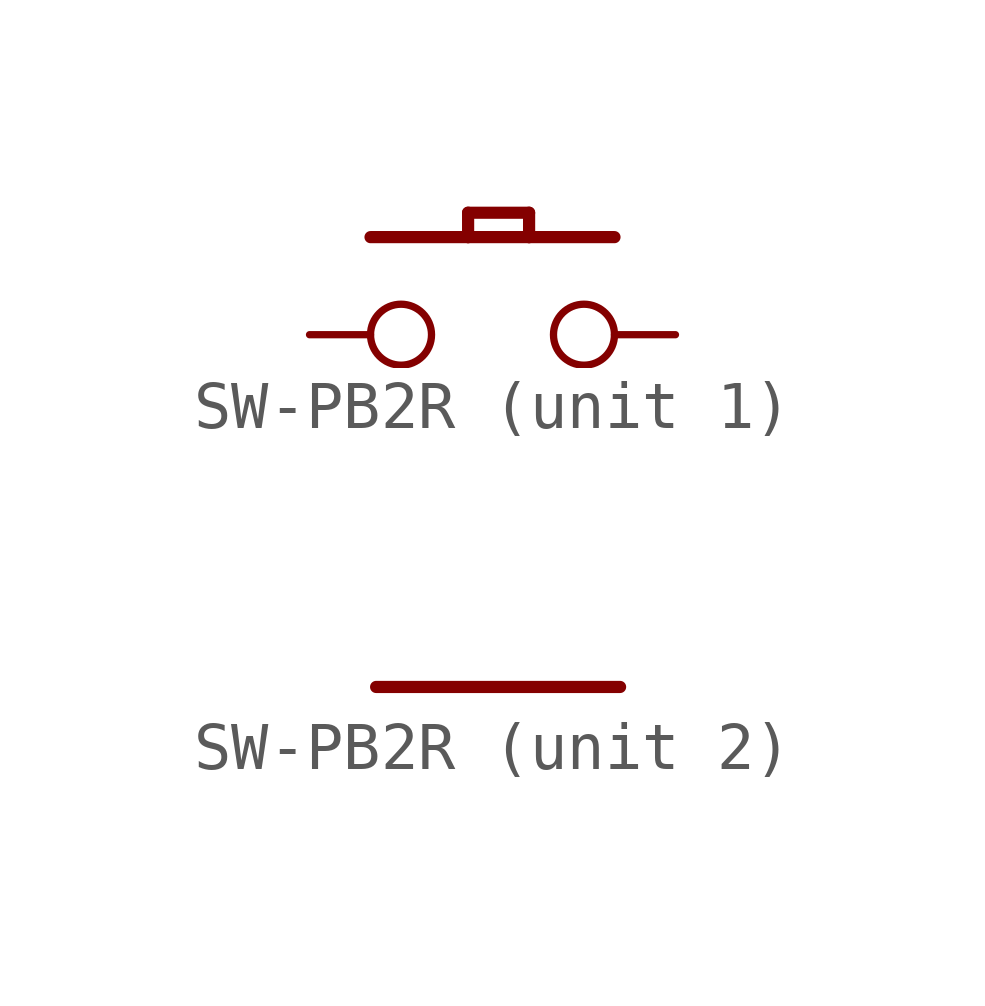
<source format=kicad_sym>
(kicad_symbol_lib
  (version 20211014)
  (generator kicad_symbol_editor)
  (symbol "SW-PB2R"
    (property "Reference" "SW"
      (at -5.08 -3.81 0)
      (effects (font (size 1.778 1.511)) (justify left bottom) hide))
    (property "ki_locked" ""
      (at 0 0 0)
      (effects (font (size 1.27 1.27))))
    (symbol "SW-PB2R_1_0"
      (polyline (pts (xy -3.81 2.032) (xy -1.778 2.032)) (stroke (width 0.254) (type default) (color 0 0 0 0)) (fill (type none)))
      (polyline (pts (xy -1.778 2.032) (xy -1.778 2.54)) (stroke (width 0.254) (type default) (color 0 0 0 0)) (fill (type none)))
      (polyline (pts (xy -1.778 2.032) (xy -0.508 2.032)) (stroke (width 0.254) (type default) (color 0 0 0 0)) (fill (type none)))
      (polyline (pts (xy -1.778 2.54) (xy -0.508 2.54)) (stroke (width 0.254) (type default) (color 0 0 0 0)) (fill (type none)))
      (polyline (pts (xy -0.508 2.032) (xy 1.27 2.032)) (stroke (width 0.254) (type default) (color 0 0 0 0)) (fill (type none)))
      (polyline (pts (xy -0.508 2.54) (xy -0.508 2.032)) (stroke (width 0.254) (type default) (color 0 0 0 0)) (fill (type none)))
      (pin passive inverted (at -5.08 0 0) (length 2.54) (name "P$1" (effects (font (size 0 0)))) (number "1" (effects (font (size 0 0)))))
      (pin passive inverted (at 2.54 0 180) (length 2.54) (name "P$2" (effects (font (size 0 0)))) (number "3" (effects (font (size 0 0))))))
    (symbol "SW-PB2R_2_0"
      (polyline (pts (xy -2.54 0) (xy 2.54 0)) (stroke (width 0.254) (type default) (color 0 0 0 0)) (fill (type none)))
      (pin power_in line (at -2.54 0 0) (length 0) (name "GND" (effects (font (size 0 0)))) (number "5" (effects (font (size 0 0))))))))
</source>
